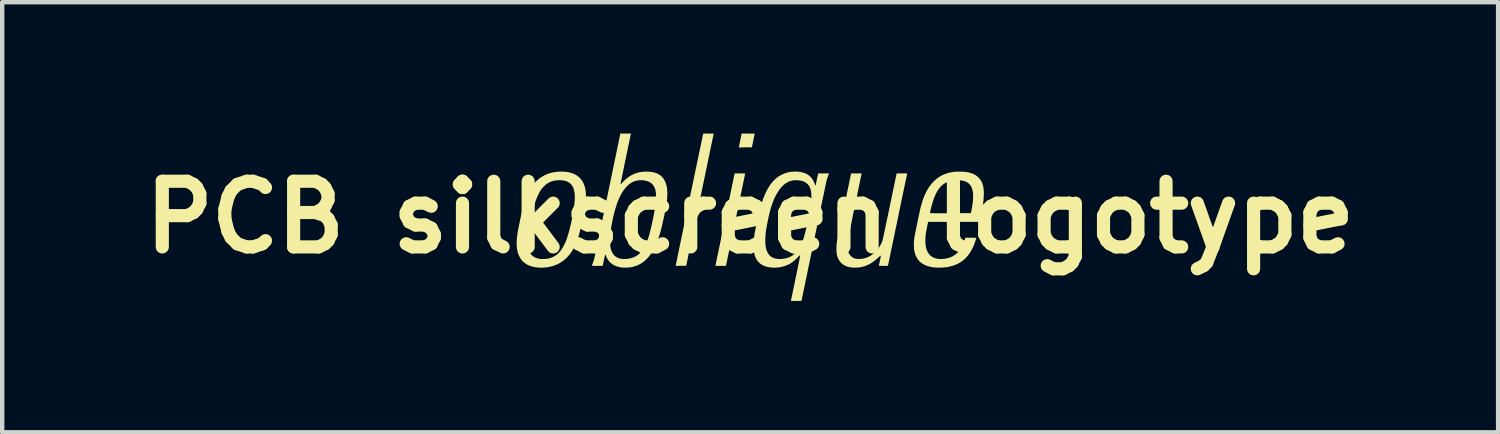
<source format=kicad_pcb>
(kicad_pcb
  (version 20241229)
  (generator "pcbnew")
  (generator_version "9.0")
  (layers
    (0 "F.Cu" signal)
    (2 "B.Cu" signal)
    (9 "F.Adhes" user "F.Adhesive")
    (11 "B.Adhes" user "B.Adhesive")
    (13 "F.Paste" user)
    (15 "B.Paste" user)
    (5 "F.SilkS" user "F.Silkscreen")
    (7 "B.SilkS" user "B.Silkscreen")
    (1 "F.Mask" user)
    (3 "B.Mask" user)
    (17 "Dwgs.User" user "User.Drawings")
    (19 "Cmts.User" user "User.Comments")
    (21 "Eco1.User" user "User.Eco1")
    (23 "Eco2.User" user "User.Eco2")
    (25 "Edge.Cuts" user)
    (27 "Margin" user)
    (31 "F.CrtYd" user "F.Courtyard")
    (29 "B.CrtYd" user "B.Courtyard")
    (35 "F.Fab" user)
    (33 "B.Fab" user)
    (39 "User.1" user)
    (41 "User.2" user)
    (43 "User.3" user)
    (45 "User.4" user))
  (footprint "PCB silkscreen logotype"
    (layer "F.Cu")
    (at 14.086 1.912)
    (property "Reference" "PCB silkscreen logotype" (at 0 0 0) (layer "F.SilkS") (effects (font (size 1.5 1.5) (thickness 0.3))))
    (attr board_only exclude_from_pos_files exclude_from_bom)
    (fp_poly (pts (xy -0.051 -1.911) (xy -0.043 -1.911) (xy 0.104 -1.91) (xy 0.072 -1.754) (xy 0.039 -1.597) (xy -0.11 -1.596) (xy -0.26 -1.595) (xy -0.249 -1.645) (xy -0.246 -1.662) (xy -0.241 -1.686) (xy -0.235 -1.713) (xy -0.229 -1.743) (xy -0.223 -1.774) (xy -0.217 -1.801) (xy -0.211 -1.828) (xy -0.206 -1.853) (xy -0.201 -1.875) (xy -0.198 -1.892) (xy -0.195 -1.904) (xy -0.193 -1.909) (xy -0.193 -1.909) (xy -0.189 -1.91) (xy -0.178 -1.911) (xy -0.161 -1.911) (xy -0.139 -1.911) (xy -0.113 -1.911) (xy -0.083 -1.912)) (stroke (width 0) (type solid)) (fill yes) (layer "F.SilkS"))
    (fp_poly (pts (xy -0.967 -1.911) (xy -0.952 -1.911) (xy -0.833 -1.91) (xy -1.147 -0.401) (xy -1.461 1.109) (xy -1.581 1.11) (xy -1.702 1.111) (xy -1.699 1.097) (xy -1.698 1.091) (xy -1.696 1.079) (xy -1.692 1.059) (xy -1.686 1.034) (xy -1.68 1.002) (xy -1.672 0.964) (xy -1.663 0.921) (xy -1.653 0.872) (xy -1.642 0.819) (xy -1.63 0.761) (xy -1.617 0.699) (xy -1.603 0.632) (xy -1.589 0.562) (xy -1.573 0.489) (xy -1.558 0.412) (xy -1.541 0.333) (xy -1.524 0.251) (xy -1.506 0.167) (xy -1.488 0.08) (xy -1.47 -0.007) (xy -1.452 -0.096) (xy -1.433 -0.187) (xy -1.414 -0.277) (xy -1.395 -0.369) (xy -1.376 -0.46) (xy -1.357 -0.551) (xy -1.338 -0.642) (xy -1.319 -0.732) (xy -1.301 -0.821) (xy -1.282 -0.908) (xy -1.265 -0.994) (xy -1.247 -1.078) (xy -1.23 -1.159) (xy -1.214 -1.238) (xy -1.198 -1.315) (xy -1.182 -1.387) (xy -1.168 -1.457) (xy -1.154 -1.523) (xy -1.141 -1.584) (xy -1.129 -1.642) (xy -1.118 -1.694) (xy -1.108 -1.742) (xy -1.099 -1.784) (xy -1.092 -1.821) (xy -1.085 -1.852) (xy -1.08 -1.876) (xy -1.076 -1.895) (xy -1.074 -1.906) (xy -1.073 -1.91) (xy -1.073 -1.91) (xy -1.069 -1.911) (xy -1.058 -1.911) (xy -1.041 -1.911) (xy -1.02 -1.912) (xy -0.995 -1.912)) (stroke (width 0) (type solid)) (fill yes) (layer "F.SilkS"))
    (fp_poly (pts (xy -0.115 -0.993) (xy -0.116 -0.989) (xy -0.118 -0.978) (xy -0.122 -0.96) (xy -0.127 -0.936) (xy -0.133 -0.905) (xy -0.141 -0.87) (xy -0.149 -0.829) (xy -0.159 -0.783) (xy -0.169 -0.733) (xy -0.181 -0.678) (xy -0.193 -0.62) (xy -0.206 -0.558) (xy -0.219 -0.493) (xy -0.233 -0.426) (xy -0.248 -0.356) (xy -0.263 -0.284) (xy -0.278 -0.211) (xy -0.294 -0.136) (xy -0.309 -0.06) (xy -0.325 0.016) (xy -0.341 0.092) (xy -0.357 0.168) (xy -0.373 0.244) (xy -0.388 0.319) (xy -0.403 0.392) (xy -0.418 0.464) (xy -0.433 0.534) (xy -0.447 0.601) (xy -0.46 0.666) (xy -0.473 0.728) (xy -0.485 0.786) (xy -0.497 0.841) (xy -0.507 0.891) (xy -0.517 0.937) (xy -0.525 0.978) (xy -0.533 1.014) (xy -0.539 1.044) (xy -0.544 1.068) (xy -0.548 1.086) (xy -0.55 1.097) (xy -0.551 1.101) (xy -0.553 1.111) (xy -0.673 1.111) (xy -0.702 1.111) (xy -0.729 1.111) (xy -0.752 1.111) (xy -0.771 1.111) (xy -0.785 1.11) (xy -0.792 1.11) (xy -0.794 1.11) (xy -0.793 1.106) (xy -0.791 1.095) (xy -0.787 1.078) (xy -0.782 1.054) (xy -0.776 1.023) (xy -0.768 0.987) (xy -0.759 0.945) (xy -0.75 0.898) (xy -0.739 0.845) (xy -0.727 0.788) (xy -0.714 0.727) (xy -0.7 0.661) (xy -0.686 0.591) (xy -0.671 0.518) (xy -0.655 0.442) (xy -0.638 0.362) (xy -0.621 0.28) (xy -0.604 0.195) (xy -0.586 0.109) (xy -0.574 0.055) (xy -0.556 -0.033) (xy -0.538 -0.118) (xy -0.521 -0.202) (xy -0.504 -0.283) (xy -0.488 -0.362) (xy -0.472 -0.437) (xy -0.457 -0.509) (xy -0.443 -0.577) (xy -0.43 -0.641) (xy -0.417 -0.701) (xy -0.406 -0.756) (xy -0.395 -0.807) (xy -0.386 -0.852) (xy -0.378 -0.892) (xy -0.371 -0.926) (xy -0.365 -0.954) (xy -0.36 -0.975) (xy -0.357 -0.99) (xy -0.356 -0.999) (xy -0.355 -1) (xy -0.352 -1) (xy -0.341 -1.001) (xy -0.325 -1.001) (xy -0.304 -1.001) (xy -0.279 -1.001) (xy -0.251 -1.001) (xy -0.234 -1.001) (xy -0.113 -1.001)) (stroke (width 0) (type solid)) (fill yes) (layer "F.SilkS"))
    (fp_poly (pts (xy -4.238 -1.04) (xy -4.169 -1.032) (xy -4.106 -1.018) (xy -4.047 -0.999) (xy -3.993 -0.974) (xy -3.945 -0.944) (xy -3.902 -0.909) (xy -3.864 -0.868) (xy -3.831 -0.821) (xy -3.804 -0.769) (xy -3.794 -0.746) (xy -3.777 -0.693) (xy -3.764 -0.635) (xy -3.755 -0.572) (xy -3.751 -0.504) (xy -3.752 -0.432) (xy -3.757 -0.356) (xy -3.767 -0.278) (xy -3.774 -0.236) (xy -3.777 -0.22) (xy -3.781 -0.198) (xy -3.787 -0.169) (xy -3.793 -0.136) (xy -3.801 -0.099) (xy -3.809 -0.06) (xy -3.818 -0.018) (xy -3.827 0.026) (xy -3.836 0.069) (xy -3.845 0.112) (xy -3.853 0.154) (xy -3.862 0.194) (xy -3.869 0.23) (xy -3.876 0.262) (xy -3.882 0.29) (xy -3.887 0.311) (xy -3.889 0.319) (xy -3.915 0.419) (xy -3.944 0.513) (xy -3.978 0.6) (xy -4.016 0.681) (xy -4.058 0.755) (xy -4.104 0.824) (xy -4.154 0.886) (xy -4.207 0.941) (xy -4.265 0.99) (xy -4.327 1.033) (xy -4.392 1.069) (xy -4.461 1.099) (xy -4.534 1.122) (xy -4.611 1.139) (xy -4.671 1.147) (xy -4.71 1.15) (xy -4.753 1.152) (xy -4.796 1.152) (xy -4.838 1.15) (xy -4.862 1.148) (xy -4.929 1.139) (xy -4.992 1.124) (xy -5.049 1.104) (xy -5.102 1.078) (xy -5.149 1.046) (xy -5.191 1.01) (xy -5.228 0.968) (xy -5.26 0.92) (xy -5.286 0.868) (xy -5.301 0.828) (xy -5.317 0.769) (xy -5.328 0.704) (xy -5.333 0.635) (xy -5.334 0.584) (xy -5.079 0.584) (xy -5.077 0.634) (xy -5.071 0.679) (xy -5.069 0.695) (xy -5.056 0.746) (xy -5.04 0.791) (xy -5.018 0.83) (xy -4.992 0.864) (xy -4.96 0.892) (xy -4.923 0.915) (xy -4.881 0.933) (xy -4.833 0.946) (xy -4.783 0.954) (xy -4.764 0.955) (xy -4.741 0.955) (xy -4.714 0.954) (xy -4.686 0.953) (xy -4.659 0.95) (xy -4.635 0.948) (xy -4.618 0.945) (xy -4.562 0.931) (xy -4.511 0.912) (xy -4.463 0.887) (xy -4.418 0.856) (xy -4.377 0.819) (xy -4.338 0.775) (xy -4.301 0.724) (xy -4.267 0.667) (xy -4.255 0.645) (xy -4.233 0.599) (xy -4.211 0.549) (xy -4.19 0.494) (xy -4.17 0.434) (xy -4.15 0.368) (xy -4.13 0.296) (xy -4.111 0.219) (xy -4.091 0.134) (xy -4.072 0.043) (xy -4.068 0.026) (xy -4.05 -0.066) (xy -4.036 -0.151) (xy -4.024 -0.229) (xy -4.015 -0.302) (xy -4.009 -0.368) (xy -4.006 -0.429) (xy -4.006 -0.485) (xy -4.009 -0.536) (xy -4.015 -0.582) (xy -4.025 -0.624) (xy -4.037 -0.662) (xy -4.052 -0.696) (xy -4.062 -0.714) (xy -4.087 -0.748) (xy -4.118 -0.778) (xy -4.155 -0.802) (xy -4.196 -0.822) (xy -4.243 -0.835) (xy -4.254 -0.838) (xy -4.278 -0.841) (xy -4.308 -0.844) (xy -4.341 -0.845) (xy -4.375 -0.845) (xy -4.408 -0.843) (xy -4.438 -0.841) (xy -4.461 -0.838) (xy -4.517 -0.824) (xy -4.568 -0.806) (xy -4.615 -0.782) (xy -4.639 -0.767) (xy -4.659 -0.753) (xy -4.681 -0.734) (xy -4.704 -0.711) (xy -4.727 -0.688) (xy -4.748 -0.664) (xy -4.766 -0.642) (xy -4.77 -0.637) (xy -4.796 -0.597) (xy -4.82 -0.555) (xy -4.844 -0.509) (xy -4.866 -0.459) (xy -4.888 -0.405) (xy -4.909 -0.346) (xy -4.929 -0.281) (xy -4.949 -0.211) (xy -4.969 -0.134) (xy -4.988 -0.051) (xy -5.008 0.039) (xy -5.017 0.083) (xy -5.034 0.173) (xy -5.049 0.256) (xy -5.061 0.333) (xy -5.069 0.404) (xy -5.075 0.47) (xy -5.079 0.529) (xy -5.079 0.584) (xy -5.334 0.584) (xy -5.334 0.56) (xy -5.329 0.481) (xy -5.32 0.397) (xy -5.306 0.317) (xy -5.303 0.299) (xy -5.298 0.274) (xy -5.292 0.244) (xy -5.285 0.209) (xy -5.277 0.171) (xy -5.268 0.13) (xy -5.26 0.087) (xy -5.251 0.044) (xy -5.242 0.001) (xy -5.233 -0.04) (xy -5.225 -0.08) (xy -5.217 -0.116) (xy -5.21 -0.149) (xy -5.204 -0.176) (xy -5.199 -0.197) (xy -5.198 -0.204) (xy -5.172 -0.304) (xy -5.143 -0.398) (xy -5.109 -0.485) (xy -5.071 -0.567) (xy -5.03 -0.642) (xy -4.984 -0.71) (xy -4.935 -0.773) (xy -4.881 -0.829) (xy -4.824 -0.878) (xy -4.763 -0.921) (xy -4.698 -0.958) (xy -4.63 -0.988) (xy -4.558 -1.012) (xy -4.482 -1.029) (xy -4.402 -1.039) (xy -4.319 -1.043) (xy -4.313 -1.043)) (stroke (width 0) (type solid)) (fill yes) (layer "F.SilkS"))
    (fp_poly (pts (xy 4.833 -1.04) (xy 4.879 -1.038) (xy 4.92 -1.035) (xy 4.958 -1.029) (xy 4.995 -1.022) (xy 5.03 -1.012) (xy 5.057 -1.004) (xy 5.101 -0.987) (xy 5.139 -0.967) (xy 5.174 -0.944) (xy 5.206 -0.917) (xy 5.211 -0.913) (xy 5.242 -0.879) (xy 5.269 -0.842) (xy 5.291 -0.801) (xy 5.309 -0.756) (xy 5.323 -0.706) (xy 5.332 -0.651) (xy 5.337 -0.591) (xy 5.338 -0.525) (xy 5.335 -0.454) (xy 5.33 -0.391) (xy 5.326 -0.354) (xy 5.321 -0.314) (xy 5.314 -0.271) (xy 5.307 -0.224) (xy 5.298 -0.173) (xy 5.287 -0.116) (xy 5.275 -0.053) (xy 5.273 -0.043) (xy 5.244 0.106) (xy 4.654 0.106) (xy 4.064 0.106) (xy 4.058 0.137) (xy 4.055 0.152) (xy 4.051 0.172) (xy 4.046 0.195) (xy 4.041 0.219) (xy 4.039 0.232) (xy 4.029 0.282) (xy 4.021 0.325) (xy 4.014 0.364) (xy 4.009 0.4) (xy 4.006 0.434) (xy 4.004 0.467) (xy 4.003 0.502) (xy 4.002 0.534) (xy 4.004 0.589) (xy 4.008 0.638) (xy 4.015 0.682) (xy 4.025 0.723) (xy 4.039 0.762) (xy 4.047 0.781) (xy 4.071 0.822) (xy 4.099 0.858) (xy 4.132 0.889) (xy 4.171 0.913) (xy 4.214 0.932) (xy 4.261 0.946) (xy 4.313 0.953) (xy 4.369 0.955) (xy 4.404 0.953) (xy 4.467 0.945) (xy 4.525 0.932) (xy 4.579 0.914) (xy 4.629 0.891) (xy 4.676 0.861) (xy 4.721 0.825) (xy 4.747 0.801) (xy 4.781 0.764) (xy 4.811 0.725) (xy 4.837 0.682) (xy 4.855 0.648) (xy 4.867 0.621) (xy 4.879 0.59) (xy 4.891 0.557) (xy 4.901 0.525) (xy 4.908 0.498) (xy 4.909 0.492) (xy 4.914 0.469) (xy 5.04 0.469) (xy 5.07 0.469) (xy 5.098 0.469) (xy 5.122 0.469) (xy 5.141 0.47) (xy 5.156 0.47) (xy 5.164 0.471) (xy 5.166 0.471) (xy 5.165 0.477) (xy 5.162 0.489) (xy 5.157 0.505) (xy 5.151 0.523) (xy 5.145 0.544) (xy 5.138 0.564) (xy 5.132 0.582) (xy 5.127 0.597) (xy 5.094 0.677) (xy 5.057 0.75) (xy 5.017 0.817) (xy 4.972 0.877) (xy 4.924 0.932) (xy 4.871 0.98) (xy 4.815 1.022) (xy 4.753 1.058) (xy 4.688 1.088) (xy 4.617 1.112) (xy 4.543 1.131) (xy 4.518 1.136) (xy 4.467 1.143) (xy 4.413 1.148) (xy 4.356 1.151) (xy 4.299 1.152) (xy 4.246 1.15) (xy 4.204 1.147) (xy 4.135 1.137) (xy 4.071 1.121) (xy 4.013 1.102) (xy 3.961 1.077) (xy 3.914 1.047) (xy 3.873 1.013) (xy 3.837 0.973) (xy 3.807 0.928) (xy 3.782 0.878) (xy 3.763 0.823) (xy 3.749 0.762) (xy 3.748 0.76) (xy 3.745 0.742) (xy 3.743 0.724) (xy 3.742 0.705) (xy 3.741 0.683) (xy 3.74 0.656) (xy 3.74 0.635) (xy 3.74 0.599) (xy 3.741 0.568) (xy 3.743 0.539) (xy 3.746 0.51) (xy 3.75 0.479) (xy 3.755 0.443) (xy 3.757 0.433) (xy 3.759 0.421) (xy 3.763 0.403) (xy 3.767 0.378) (xy 3.773 0.349) (xy 3.78 0.315) (xy 3.788 0.277) (xy 3.796 0.237) (xy 3.805 0.194) (xy 3.814 0.15) (xy 3.823 0.106) (xy 3.832 0.061) (xy 3.841 0.018) (xy 3.85 -0.024) (xy 3.859 -0.063) (xy 3.866 -0.097) (xy 4.108 -0.097) (xy 4.108 -0.096) (xy 4.11 -0.095) (xy 4.114 -0.094) (xy 4.119 -0.094) (xy 4.127 -0.093) (xy 4.138 -0.093) (xy 4.151 -0.092) (xy 4.169 -0.092) (xy 4.19 -0.092) (xy 4.216 -0.092) (xy 4.246 -0.091) (xy 4.282 -0.091) (xy 4.323 -0.091) (xy 4.37 -0.091) (xy 4.423 -0.091) (xy 4.483 -0.091) (xy 4.55 -0.092) (xy 4.576 -0.092) (xy 5.043 -0.093) (xy 5.055 -0.155) (xy 5.071 -0.239) (xy 5.082 -0.317) (xy 5.089 -0.388) (xy 5.093 -0.454) (xy 5.092 -0.514) (xy 5.088 -0.568) (xy 5.079 -0.616) (xy 5.067 -0.659) (xy 5.051 -0.697) (xy 5.032 -0.727) (xy 5.005 -0.76) (xy 4.972 -0.787) (xy 4.934 -0.809) (xy 4.907 -0.82) (xy 4.866 -0.832) (xy 4.82 -0.84) (xy 4.77 -0.844) (xy 4.719 -0.845) (xy 4.667 -0.843) (xy 4.616 -0.836) (xy 4.568 -0.826) (xy 4.539 -0.818) (xy 4.49 -0.799) (xy 4.445 -0.774) (xy 4.402 -0.745) (xy 4.363 -0.71) (xy 4.326 -0.669) (xy 4.291 -0.622) (xy 4.259 -0.569) (xy 4.23 -0.509) (xy 4.202 -0.443) (xy 4.177 -0.369) (xy 4.153 -0.289) (xy 4.15 -0.277) (xy 4.143 -0.251) (xy 4.136 -0.225) (xy 4.129 -0.198) (xy 4.123 -0.172) (xy 4.118 -0.148) (xy 4.113 -0.127) (xy 4.11 -0.11) (xy 4.108 -0.1) (xy 4.108 -0.097) (xy 3.866 -0.097) (xy 3.866 -0.1) (xy 3.873 -0.132) (xy 3.879 -0.16) (xy 3.884 -0.182) (xy 3.887 -0.197) (xy 3.914 -0.298) (xy 3.944 -0.394) (xy 3.977 -0.483) (xy 4.015 -0.565) (xy 4.056 -0.641) (xy 4.101 -0.71) (xy 4.15 -0.773) (xy 4.203 -0.829) (xy 4.259 -0.878) (xy 4.319 -0.921) (xy 4.383 -0.958) (xy 4.451 -0.987) (xy 4.522 -1.011) (xy 4.567 -1.022) (xy 4.597 -1.028) (xy 4.623 -1.032) (xy 4.648 -1.036) (xy 4.673 -1.038) (xy 4.7 -1.04) (xy 4.73 -1.041) (xy 4.766 -1.041) (xy 4.781 -1.041)) (stroke (width 0) (type solid)) (fill yes) (layer "F.SilkS"))
    (fp_poly (pts (xy 2.545 -0.993) (xy 2.544 -0.985) (xy 2.54 -0.97) (xy 2.536 -0.949) (xy 2.53 -0.921) (xy 2.523 -0.888) (xy 2.515 -0.85) (xy 2.506 -0.808) (xy 2.497 -0.761) (xy 2.486 -0.71) (xy 2.475 -0.656) (xy 2.463 -0.599) (xy 2.451 -0.539) (xy 2.438 -0.478) (xy 2.425 -0.414) (xy 2.411 -0.35) (xy 2.398 -0.285) (xy 2.384 -0.219) (xy 2.371 -0.154) (xy 2.357 -0.089) (xy 2.344 -0.025) (xy 2.331 0.038) (xy 2.319 0.099) (xy 2.307 0.157) (xy 2.295 0.213) (xy 2.285 0.265) (xy 2.274 0.314) (xy 2.265 0.359) (xy 2.257 0.4) (xy 2.25 0.436) (xy 2.243 0.466) (xy 2.238 0.491) (xy 2.235 0.509) (xy 2.232 0.521) (xy 2.232 0.525) (xy 2.225 0.581) (xy 2.222 0.636) (xy 2.224 0.688) (xy 2.23 0.737) (xy 2.24 0.782) (xy 2.255 0.822) (xy 2.259 0.831) (xy 2.274 0.856) (xy 2.294 0.881) (xy 2.318 0.903) (xy 2.342 0.921) (xy 2.349 0.925) (xy 2.373 0.936) (xy 2.397 0.944) (xy 2.423 0.95) (xy 2.452 0.953) (xy 2.487 0.953) (xy 2.489 0.953) (xy 2.549 0.95) (xy 2.606 0.94) (xy 2.661 0.923) (xy 2.714 0.9) (xy 2.766 0.869) (xy 2.817 0.831) (xy 2.822 0.827) (xy 2.861 0.791) (xy 2.899 0.749) (xy 2.934 0.703) (xy 2.966 0.655) (xy 2.993 0.605) (xy 3.014 0.556) (xy 3.023 0.53) (xy 3.025 0.523) (xy 3.029 0.508) (xy 3.033 0.487) (xy 3.039 0.46) (xy 3.047 0.427) (xy 3.055 0.388) (xy 3.064 0.344) (xy 3.075 0.295) (xy 3.086 0.242) (xy 3.098 0.185) (xy 3.111 0.125) (xy 3.124 0.061) (xy 3.138 -0.006) (xy 3.153 -0.075) (xy 3.168 -0.147) (xy 3.183 -0.22) (xy 3.186 -0.234) (xy 3.201 -0.307) (xy 3.216 -0.379) (xy 3.23 -0.448) (xy 3.244 -0.514) (xy 3.257 -0.578) (xy 3.27 -0.638) (xy 3.282 -0.695) (xy 3.293 -0.748) (xy 3.303 -0.796) (xy 3.312 -0.84) (xy 3.32 -0.878) (xy 3.327 -0.911) (xy 3.332 -0.938) (xy 3.337 -0.959) (xy 3.34 -0.974) (xy 3.341 -0.981) (xy 3.341 -0.982) (xy 3.346 -1.001) (xy 3.467 -1.001) (xy 3.587 -1.001) (xy 3.585 -0.993) (xy 3.584 -0.988) (xy 3.582 -0.977) (xy 3.578 -0.959) (xy 3.573 -0.934) (xy 3.567 -0.904) (xy 3.559 -0.868) (xy 3.551 -0.827) (xy 3.541 -0.781) (xy 3.53 -0.73) (xy 3.519 -0.676) (xy 3.507 -0.617) (xy 3.494 -0.556) (xy 3.48 -0.491) (xy 3.466 -0.423) (xy 3.452 -0.353) (xy 3.437 -0.281) (xy 3.422 -0.208) (xy 3.406 -0.133) (xy 3.39 -0.057) (xy 3.375 0.019) (xy 3.359 0.095) (xy 3.343 0.172) (xy 3.327 0.247) (xy 3.311 0.322) (xy 3.296 0.396) (xy 3.281 0.468) (xy 3.267 0.538) (xy 3.253 0.605) (xy 3.239 0.67) (xy 3.226 0.732) (xy 3.214 0.791) (xy 3.203 0.845) (xy 3.192 0.896) (xy 3.183 0.942) (xy 3.174 0.983) (xy 3.167 1.019) (xy 3.16 1.05) (xy 3.155 1.075) (xy 3.151 1.093) (xy 3.149 1.105) (xy 3.148 1.109) (xy 3.148 1.109) (xy 3.144 1.11) (xy 3.134 1.11) (xy 3.118 1.111) (xy 3.098 1.111) (xy 3.074 1.111) (xy 3.047 1.111) (xy 3.044 1.111) (xy 3.013 1.111) (xy 2.987 1.111) (xy 2.966 1.11) (xy 2.95 1.109) (xy 2.942 1.108) (xy 2.94 1.107) (xy 2.941 1.103) (xy 2.943 1.092) (xy 2.946 1.076) (xy 2.951 1.055) (xy 2.956 1.03) (xy 2.961 1.003) (xy 2.963 0.996) (xy 2.969 0.968) (xy 2.974 0.942) (xy 2.978 0.92) (xy 2.982 0.902) (xy 2.984 0.889) (xy 2.986 0.883) (xy 2.986 0.882) (xy 2.984 0.877) (xy 2.978 0.878) (xy 2.969 0.884) (xy 2.956 0.895) (xy 2.939 0.91) (xy 2.878 0.965) (xy 2.817 1.012) (xy 2.756 1.053) (xy 2.7 1.084) (xy 2.64 1.11) (xy 2.576 1.13) (xy 2.509 1.144) (xy 2.441 1.151) (xy 2.372 1.152) (xy 2.319 1.148) (xy 2.26 1.139) (xy 2.208 1.124) (xy 2.16 1.103) (xy 2.117 1.077) (xy 2.08 1.045) (xy 2.048 1.008) (xy 2.021 0.966) (xy 1.999 0.919) (xy 1.983 0.866) (xy 1.978 0.839) (xy 1.975 0.82) (xy 1.973 0.795) (xy 1.972 0.766) (xy 1.971 0.734) (xy 1.971 0.701) (xy 1.972 0.67) (xy 1.973 0.64) (xy 1.975 0.615) (xy 1.976 0.605) (xy 1.977 0.598) (xy 1.978 0.591) (xy 1.979 0.584) (xy 1.98 0.575) (xy 1.982 0.566) (xy 1.984 0.556) (xy 1.986 0.544) (xy 1.989 0.53) (xy 1.992 0.513) (xy 1.996 0.495) (xy 2 0.473) (xy 2.005 0.448) (xy 2.011 0.419) (xy 2.018 0.387) (xy 2.025 0.35) (xy 2.033 0.31) (xy 2.043 0.264) (xy 2.053 0.213) (xy 2.065 0.157) (xy 2.078 0.095) (xy 2.092 0.028) (xy 2.107 -0.046) (xy 2.124 -0.127) (xy 2.142 -0.215) (xy 2.153 -0.264) (xy 2.168 -0.337) (xy 2.183 -0.408) (xy 2.197 -0.477) (xy 2.211 -0.543) (xy 2.224 -0.607) (xy 2.236 -0.666) (xy 2.248 -0.722) (xy 2.259 -0.774) (xy 2.268 -0.822) (xy 2.277 -0.864) (xy 2.285 -0.902) (xy 2.292 -0.934) (xy 2.297 -0.96) (xy 2.301 -0.98) (xy 2.304 -0.993) (xy 2.305 -1) (xy 2.305 -1) (xy 2.309 -1) (xy 2.319 -1.001) (xy 2.335 -1.001) (xy 2.356 -1.001) (xy 2.381 -1.001) (xy 2.409 -1.001) (xy 2.426 -1.001) (xy 2.547 -1.001)) (stroke (width 0) (type solid)) (fill yes) (layer "F.SilkS"))
    (fp_poly (pts (xy -2.726 -1.9) (xy -2.727 -1.895) (xy -2.73 -1.883) (xy -2.734 -1.864) (xy -2.739 -1.839) (xy -2.745 -1.809) (xy -2.753 -1.773) (xy -2.761 -1.732) (xy -2.77 -1.687) (xy -2.781 -1.638) (xy -2.792 -1.585) (xy -2.803 -1.528) (xy -2.816 -1.469) (xy -2.828 -1.408) (xy -2.842 -1.344) (xy -2.845 -1.327) (xy -2.859 -1.263) (xy -2.871 -1.201) (xy -2.884 -1.141) (xy -2.895 -1.085) (xy -2.906 -1.031) (xy -2.917 -0.981) (xy -2.926 -0.935) (xy -2.934 -0.894) (xy -2.942 -0.857) (xy -2.948 -0.826) (xy -2.953 -0.8) (xy -2.957 -0.781) (xy -2.959 -0.768) (xy -2.96 -0.761) (xy -2.96 -0.761) (xy -2.957 -0.757) (xy -2.952 -0.758) (xy -2.944 -0.764) (xy -2.933 -0.776) (xy -2.931 -0.779) (xy -2.894 -0.819) (xy -2.852 -0.859) (xy -2.806 -0.897) (xy -2.759 -0.931) (xy -2.711 -0.96) (xy -2.685 -0.973) (xy -2.632 -0.997) (xy -2.578 -1.015) (xy -2.523 -1.029) (xy -2.464 -1.037) (xy -2.401 -1.042) (xy -2.392 -1.042) (xy -2.323 -1.041) (xy -2.258 -1.035) (xy -2.199 -1.024) (xy -2.145 -1.007) (xy -2.097 -0.984) (xy -2.053 -0.956) (xy -2.015 -0.923) (xy -1.982 -0.884) (xy -1.954 -0.839) (xy -1.931 -0.789) (xy -1.913 -0.734) (xy -1.905 -0.697) (xy -1.897 -0.64) (xy -1.892 -0.578) (xy -1.892 -0.509) (xy -1.897 -0.434) (xy -1.905 -0.354) (xy -1.911 -0.312) (xy -1.915 -0.283) (xy -1.921 -0.248) (xy -1.929 -0.208) (xy -1.937 -0.163) (xy -1.947 -0.115) (xy -1.957 -0.064) (xy -1.968 -0.012) (xy -1.979 0.04) (xy -1.991 0.092) (xy -2.002 0.142) (xy -2.013 0.19) (xy -2.023 0.234) (xy -2.033 0.274) (xy -2.042 0.308) (xy -2.043 0.312) (xy -2.073 0.415) (xy -2.105 0.511) (xy -2.139 0.6) (xy -2.176 0.682) (xy -2.216 0.757) (xy -2.258 0.825) (xy -2.303 0.886) (xy -2.35 0.941) (xy -2.401 0.99) (xy -2.454 1.032) (xy -2.51 1.068) (xy -2.57 1.097) (xy -2.632 1.12) (xy -2.698 1.137) (xy -2.721 1.142) (xy -2.745 1.145) (xy -2.773 1.148) (xy -2.805 1.15) (xy -2.838 1.151) (xy -2.87 1.151) (xy -2.899 1.151) (xy -2.923 1.149) (xy -2.929 1.149) (xy -2.989 1.139) (xy -3.044 1.124) (xy -3.094 1.104) (xy -3.139 1.079) (xy -3.18 1.049) (xy -3.214 1.016) (xy -3.241 0.983) (xy -3.265 0.945) (xy -3.286 0.904) (xy -3.299 0.868) (xy -3.304 0.858) (xy -3.309 0.855) (xy -3.31 0.855) (xy -3.312 0.857) (xy -3.314 0.862) (xy -3.317 0.871) (xy -3.321 0.885) (xy -3.325 0.904) (xy -3.331 0.929) (xy -3.337 0.96) (xy -3.342 0.984) (xy -3.369 1.111) (xy -3.493 1.111) (xy -3.522 1.111) (xy -3.55 1.111) (xy -3.573 1.111) (xy -3.593 1.11) (xy -3.607 1.11) (xy -3.615 1.11) (xy -3.617 1.109) (xy -3.615 1.105) (xy -3.612 1.096) (xy -3.607 1.082) (xy -3.601 1.065) (xy -3.599 1.061) (xy -3.587 1.026) (xy -3.576 0.996) (xy -3.568 0.968) (xy -3.56 0.941) (xy -3.555 0.92) (xy -3.554 0.914) (xy -3.551 0.9) (xy -3.546 0.88) (xy -3.541 0.853) (xy -3.534 0.819) (xy -3.525 0.78) (xy -3.516 0.735) (xy -3.505 0.684) (xy -3.494 0.628) (xy -3.481 0.567) (xy -3.467 0.501) (xy -3.466 0.495) (xy -3.203 0.495) (xy -3.203 0.543) (xy -3.201 0.59) (xy -3.198 0.634) (xy -3.193 0.675) (xy -3.187 0.704) (xy -3.174 0.754) (xy -3.155 0.799) (xy -3.131 0.839) (xy -3.103 0.873) (xy -3.071 0.901) (xy -3.034 0.923) (xy -3.006 0.935) (xy -2.961 0.947) (xy -2.912 0.954) (xy -2.86 0.955) (xy -2.816 0.952) (xy -2.754 0.943) (xy -2.697 0.928) (xy -2.644 0.908) (xy -2.595 0.882) (xy -2.55 0.85) (xy -2.508 0.812) (xy -2.47 0.768) (xy -2.434 0.716) (xy -2.401 0.658) (xy -2.371 0.596) (xy -2.353 0.549) (xy -2.334 0.494) (xy -2.315 0.433) (xy -2.295 0.364) (xy -2.276 0.288) (xy -2.256 0.204) (xy -2.243 0.145) (xy -2.227 0.069) (xy -2.212 -0.002) (xy -2.2 -0.065) (xy -2.189 -0.124) (xy -2.179 -0.177) (xy -2.171 -0.225) (xy -2.165 -0.27) (xy -2.159 -0.311) (xy -2.155 -0.349) (xy -2.153 -0.385) (xy -2.151 -0.419) (xy -2.15 -0.451) (xy -2.15 -0.462) (xy -2.151 -0.507) (xy -2.153 -0.547) (xy -2.157 -0.581) (xy -2.162 -0.612) (xy -2.17 -0.641) (xy -2.18 -0.668) (xy -2.191 -0.691) (xy -2.212 -0.727) (xy -2.238 -0.758) (xy -2.27 -0.785) (xy -2.3 -0.804) (xy -2.339 -0.821) (xy -2.383 -0.833) (xy -2.43 -0.842) (xy -2.48 -0.846) (xy -2.525 -0.845) (xy -2.579 -0.839) (xy -2.631 -0.826) (xy -2.681 -0.806) (xy -2.729 -0.779) (xy -2.775 -0.745) (xy -2.81 -0.712) (xy -2.855 -0.664) (xy -2.897 -0.608) (xy -2.936 -0.545) (xy -2.973 -0.475) (xy -3.008 -0.398) (xy -3.041 -0.314) (xy -3.071 -0.222) (xy -3.099 -0.124) (xy -3.121 -0.034) (xy -3.135 0.029) (xy -3.148 0.093) (xy -3.161 0.157) (xy -3.172 0.219) (xy -3.181 0.279) (xy -3.19 0.334) (xy -3.196 0.384) (xy -3.198 0.402) (xy -3.201 0.447) (xy -3.203 0.495) (xy -3.466 0.495) (xy -3.452 0.43) (xy -3.437 0.356) (xy -3.42 0.277) (xy -3.403 0.195) (xy -3.385 0.109) (xy -3.367 0.02) (xy -3.348 -0.072) (xy -3.328 -0.166) (xy -3.308 -0.263) (xy -3.287 -0.362) (xy -3.266 -0.463) (xy -3.255 -0.515) (xy -2.965 -1.912) (xy -2.844 -1.912) (xy -2.724 -1.912)) (stroke (width 0) (type solid)) (fill yes) (layer "F.SilkS"))
    (fp_poly (pts (xy 1.06 -1.042) (xy 1.124 -1.037) (xy 1.183 -1.027) (xy 1.236 -1.011) (xy 1.285 -0.991) (xy 1.329 -0.965) (xy 1.367 -0.933) (xy 1.402 -0.896) (xy 1.424 -0.866) (xy 1.438 -0.843) (xy 1.451 -0.817) (xy 1.463 -0.791) (xy 1.473 -0.766) (xy 1.478 -0.75) (xy 1.482 -0.738) (xy 1.488 -0.731) (xy 1.493 -0.729) (xy 1.495 -0.73) (xy 1.496 -0.734) (xy 1.498 -0.745) (xy 1.502 -0.761) (xy 1.507 -0.782) (xy 1.512 -0.807) (xy 1.518 -0.835) (xy 1.523 -0.86) (xy 1.529 -0.89) (xy 1.535 -0.919) (xy 1.541 -0.944) (xy 1.545 -0.965) (xy 1.549 -0.981) (xy 1.551 -0.991) (xy 1.552 -0.995) (xy 1.553 -0.997) (xy 1.555 -0.998) (xy 1.559 -0.999) (xy 1.567 -1) (xy 1.577 -1.001) (xy 1.593 -1.001) (xy 1.613 -1.001) (xy 1.639 -1.001) (xy 1.672 -1.001) (xy 1.678 -1.001) (xy 1.802 -1.001) (xy 1.779 -0.94) (xy 1.77 -0.916) (xy 1.762 -0.89) (xy 1.754 -0.866) (xy 1.748 -0.845) (xy 1.746 -0.837) (xy 1.744 -0.83) (xy 1.741 -0.816) (xy 1.737 -0.796) (xy 1.731 -0.768) (xy 1.724 -0.735) (xy 1.715 -0.695) (xy 1.706 -0.649) (xy 1.695 -0.599) (xy 1.683 -0.542) (xy 1.67 -0.481) (xy 1.656 -0.415) (xy 1.642 -0.345) (xy 1.626 -0.27) (xy 1.61 -0.192) (xy 1.593 -0.11) (xy 1.575 -0.025) (xy 1.556 0.064) (xy 1.537 0.155) (xy 1.518 0.248) (xy 1.498 0.344) (xy 1.477 0.442) (xy 1.457 0.542) (xy 1.455 0.55) (xy 1.434 0.649) (xy 1.414 0.747) (xy 1.394 0.842) (xy 1.375 0.935) (xy 1.356 1.026) (xy 1.338 1.113) (xy 1.32 1.198) (xy 1.304 1.278) (xy 1.288 1.356) (xy 1.272 1.429) (xy 1.258 1.498) (xy 1.245 1.562) (xy 1.232 1.622) (xy 1.221 1.677) (xy 1.21 1.727) (xy 1.201 1.77) (xy 1.193 1.809) (xy 1.187 1.841) (xy 1.181 1.867) (xy 1.177 1.886) (xy 1.175 1.898) (xy 1.173 1.904) (xy 1.173 1.904) (xy 1.171 1.912) (xy 1.05 1.912) (xy 1.015 1.912) (xy 0.988 1.912) (xy 0.966 1.912) (xy 0.95 1.911) (xy 0.94 1.91) (xy 0.933 1.909) (xy 0.931 1.908) (xy 0.931 1.908) (xy 0.932 1.903) (xy 0.934 1.892) (xy 0.938 1.874) (xy 0.943 1.851) (xy 0.949 1.821) (xy 0.956 1.786) (xy 0.965 1.747) (xy 0.974 1.702) (xy 0.984 1.654) (xy 0.995 1.603) (xy 1.006 1.548) (xy 1.018 1.49) (xy 1.031 1.43) (xy 1.039 1.388) (xy 1.056 1.31) (xy 1.07 1.238) (xy 1.084 1.174) (xy 1.095 1.117) (xy 1.106 1.066) (xy 1.115 1.021) (xy 1.122 0.983) (xy 1.129 0.951) (xy 1.134 0.924) (xy 1.138 0.903) (xy 1.14 0.887) (xy 1.142 0.876) (xy 1.143 0.87) (xy 1.142 0.869) (xy 1.139 0.869) (xy 1.133 0.873) (xy 1.122 0.882) (xy 1.108 0.895) (xy 1.089 0.914) (xy 1.08 0.923) (xy 1.044 0.959) (xy 1.01 0.99) (xy 0.977 1.016) (xy 0.945 1.039) (xy 0.913 1.06) (xy 0.877 1.079) (xy 0.871 1.082) (xy 0.818 1.105) (xy 0.761 1.124) (xy 0.703 1.138) (xy 0.642 1.147) (xy 0.582 1.152) (xy 0.522 1.152) (xy 0.463 1.147) (xy 0.407 1.138) (xy 0.354 1.124) (xy 0.305 1.105) (xy 0.277 1.091) (xy 0.236 1.064) (xy 0.2 1.033) (xy 0.168 0.997) (xy 0.141 0.957) (xy 0.119 0.911) (xy 0.102 0.861) (xy 0.089 0.805) (xy 0.08 0.744) (xy 0.076 0.677) (xy 0.077 0.605) (xy 0.082 0.529) (xy 0.346 0.529) (xy 0.347 0.588) (xy 0.351 0.641) (xy 0.358 0.688) (xy 0.367 0.73) (xy 0.38 0.769) (xy 0.397 0.804) (xy 0.416 0.837) (xy 0.422 0.845) (xy 0.449 0.877) (xy 0.481 0.904) (xy 0.519 0.925) (xy 0.561 0.94) (xy 0.607 0.951) (xy 0.658 0.955) (xy 0.713 0.954) (xy 0.733 0.952) (xy 0.796 0.943) (xy 0.853 0.928) (xy 0.906 0.908) (xy 0.955 0.881) (xy 1.001 0.849) (xy 1.043 0.81) (xy 1.081 0.764) (xy 1.117 0.712) (xy 1.144 0.665) (xy 1.162 0.63) (xy 1.179 0.593) (xy 1.195 0.552) (xy 1.211 0.508) (xy 1.227 0.46) (xy 1.242 0.407) (xy 1.258 0.349) (xy 1.274 0.285) (xy 1.29 0.215) (xy 1.306 0.144) (xy 1.322 0.067) (xy 1.337 -0.003) (xy 1.349 -0.068) (xy 1.36 -0.126) (xy 1.37 -0.18) (xy 1.378 -0.229) (xy 1.385 -0.273) (xy 1.39 -0.315) (xy 1.394 -0.353) (xy 1.396 -0.389) (xy 1.398 -0.423) (xy 1.399 -0.455) (xy 1.399 -0.462) (xy 1.398 -0.507) (xy 1.396 -0.547) (xy 1.392 -0.582) (xy 1.386 -0.613) (xy 1.378 -0.642) (xy 1.368 -0.669) (xy 1.358 -0.691) (xy 1.349 -0.71) (xy 1.339 -0.725) (xy 1.328 -0.739) (xy 1.313 -0.754) (xy 1.31 -0.758) (xy 1.28 -0.784) (xy 1.247 -0.805) (xy 1.209 -0.821) (xy 1.167 -0.833) (xy 1.119 -0.842) (xy 1.108 -0.843) (xy 1.049 -0.846) (xy 0.993 -0.843) (xy 0.94 -0.833) (xy 0.889 -0.816) (xy 0.84 -0.792) (xy 0.794 -0.761) (xy 0.749 -0.723) (xy 0.706 -0.678) (xy 0.665 -0.626) (xy 0.626 -0.566) (xy 0.593 -0.51) (xy 0.567 -0.46) (xy 0.543 -0.407) (xy 0.521 -0.35) (xy 0.499 -0.29) (xy 0.478 -0.225) (xy 0.458 -0.156) (xy 0.439 -0.08) (xy 0.42 0.001) (xy 0.401 0.09) (xy 0.394 0.128) (xy 0.382 0.192) (xy 0.372 0.249) (xy 0.363 0.301) (xy 0.357 0.349) (xy 0.352 0.394) (xy 0.349 0.437) (xy 0.347 0.48) (xy 0.346 0.524) (xy 0.346 0.529) (xy 0.082 0.529) (xy 0.082 0.528) (xy 0.092 0.444) (xy 0.105 0.355) (xy 0.11 0.329) (xy 0.115 0.301) (xy 0.122 0.266) (xy 0.13 0.227) (xy 0.139 0.184) (xy 0.149 0.138) (xy 0.159 0.091) (xy 0.169 0.044) (xy 0.179 -0.002) (xy 0.189 -0.046) (xy 0.198 -0.087) (xy 0.207 -0.122) (xy 0.214 -0.152) (xy 0.216 -0.161) (xy 0.241 -0.254) (xy 0.269 -0.343) (xy 0.299 -0.427) (xy 0.331 -0.507) (xy 0.365 -0.58) (xy 0.4 -0.648) (xy 0.437 -0.709) (xy 0.468 -0.753) (xy 0.513 -0.809) (xy 0.559 -0.858) (xy 0.608 -0.9) (xy 0.66 -0.938) (xy 0.716 -0.97) (xy 0.737 -0.98) (xy 0.795 -1.004) (xy 0.855 -1.023) (xy 0.916 -1.035) (xy 0.981 -1.041) (xy 1.05 -1.042)) (stroke (width 0) (type solid)) (fill yes) (layer "F.SilkS")))
  (gr_rect
    (start -3 -3)
    (end 31.171 6.825)
    (stroke (width 0.1) (type default))
    (fill no)
    (layer "Edge.Cuts")))
</source>
